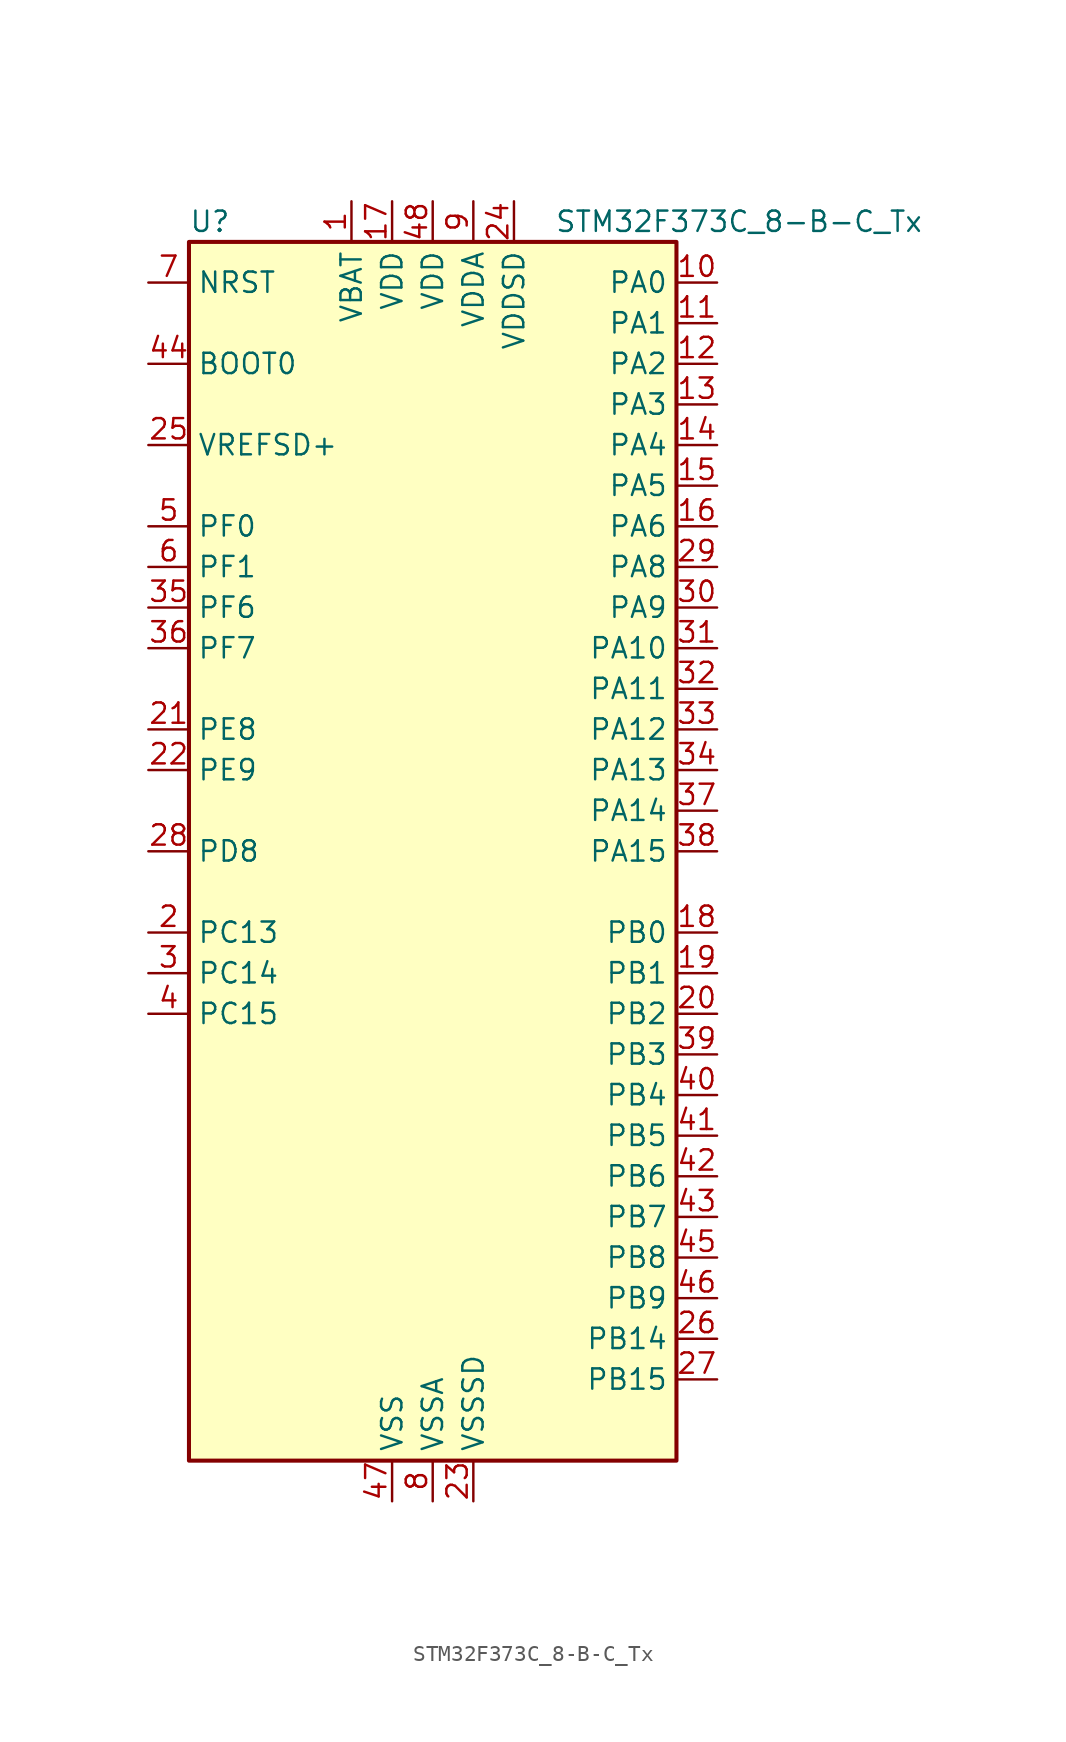
<source format=kicad_sym>
(kicad_symbol_lib
  (version 20220914)
  (generator kicad_symbol_editor)
  (symbol "STM32F373C_8-B-C_Tx"
    (property "Reference" "U"
      (at -15.24 39.37 0)
      (effects (font (size 1.27 1.27)) (justify left)))
    (property "Value" "STM32F373C_8-B-C_Tx"
      (at 7.62 39.37 0)
      (effects (font (size 1.27 1.27)) (justify left)))
    (property "ki_locked" ""
      (at 0 0 0)
      (effects (font (size 1.27 1.27))))
    (symbol "STM32F373C_8-B-C_Tx_0_1"
      (rectangle (start -15.24 -38.1) (end 15.24 38.1) (stroke (width 0.254) (type default)) (fill (type background))))
    (symbol "STM32F373C_8-B-C_Tx_1_1"
      (pin power_in line (at -5.08 40.64 270) (length 2.54) (name "VBAT" (effects (font (size 1.27 1.27)))) (number "1" (effects (font (size 1.27 1.27)))))
      (pin bidirectional line (at 17.78 35.56 180) (length 2.54) (name "PA0" (effects (font (size 1.27 1.27)))) (number "10" (effects (font (size 1.27 1.27)))) (alternate "ADC1_IN0" bidirectional line) (alternate "COMP1_INM" bidirectional line) (alternate "COMP1_OUT" bidirectional line) (alternate "RTC_TAMP2" bidirectional line) (alternate "SYS_WKUP1" bidirectional line) (alternate "TIM19_CH1" bidirectional line) (alternate "TIM2_CH1" bidirectional line) (alternate "TIM2_ETR" bidirectional line) (alternate "TIM5_CH1" bidirectional line) (alternate "TIM5_ETR" bidirectional line) (alternate "TSC_G1_IO1" bidirectional line) (alternate "USART2_CTS" bidirectional line))
      (pin bidirectional line (at 17.78 33.02 180) (length 2.54) (name "PA1" (effects (font (size 1.27 1.27)))) (number "11" (effects (font (size 1.27 1.27)))) (alternate "ADC1_IN1" bidirectional line) (alternate "COMP1_INP" bidirectional line) (alternate "I2S3_CK" bidirectional line) (alternate "RTC_REFIN" bidirectional line) (alternate "SPI3_SCK" bidirectional line) (alternate "TIM15_CH1N" bidirectional line) (alternate "TIM19_CH2" bidirectional line) (alternate "TIM2_CH2" bidirectional line) (alternate "TIM5_CH2" bidirectional line) (alternate "TSC_G1_IO2" bidirectional line) (alternate "USART2_DE" bidirectional line) (alternate "USART2_RTS" bidirectional line))
      (pin bidirectional line (at 17.78 30.48 180) (length 2.54) (name "PA2" (effects (font (size 1.27 1.27)))) (number "12" (effects (font (size 1.27 1.27)))) (alternate "ADC1_IN2" bidirectional line) (alternate "COMP2_INM" bidirectional line) (alternate "COMP2_OUT" bidirectional line) (alternate "I2S3_MCK" bidirectional line) (alternate "SPI3_MISO" bidirectional line) (alternate "TIM15_CH1" bidirectional line) (alternate "TIM19_CH3" bidirectional line) (alternate "TIM2_CH3" bidirectional line) (alternate "TIM5_CH3" bidirectional line) (alternate "TSC_G1_IO3" bidirectional line) (alternate "USART2_TX" bidirectional line))
      (pin bidirectional line (at 17.78 27.94 180) (length 2.54) (name "PA3" (effects (font (size 1.27 1.27)))) (number "13" (effects (font (size 1.27 1.27)))) (alternate "ADC1_IN3" bidirectional line) (alternate "COMP2_INP" bidirectional line) (alternate "I2S3_SD" bidirectional line) (alternate "SPI3_MOSI" bidirectional line) (alternate "TIM15_CH2" bidirectional line) (alternate "TIM19_CH4" bidirectional line) (alternate "TIM2_CH4" bidirectional line) (alternate "TIM5_CH4" bidirectional line) (alternate "TSC_G1_IO4" bidirectional line) (alternate "USART2_RX" bidirectional line))
      (pin bidirectional line (at 17.78 25.4 180) (length 2.54) (name "PA4" (effects (font (size 1.27 1.27)))) (number "14" (effects (font (size 1.27 1.27)))) (alternate "ADC1_IN4" bidirectional line) (alternate "DAC1_OUT1" bidirectional line) (alternate "I2S1_WS" bidirectional line) (alternate "I2S3_WS" bidirectional line) (alternate "SPI1_NSS" bidirectional line) (alternate "SPI3_NSS" bidirectional line) (alternate "TIM12_CH1" bidirectional line) (alternate "TIM3_CH2" bidirectional line) (alternate "TSC_G2_IO1" bidirectional line) (alternate "USART2_CK" bidirectional line))
      (pin bidirectional line (at 17.78 22.86 180) (length 2.54) (name "PA5" (effects (font (size 1.27 1.27)))) (number "15" (effects (font (size 1.27 1.27)))) (alternate "ADC1_IN5" bidirectional line) (alternate "CEC" bidirectional line) (alternate "DAC1_OUT2" bidirectional line) (alternate "I2S1_CK" bidirectional line) (alternate "SPI1_SCK" bidirectional line) (alternate "TIM12_CH2" bidirectional line) (alternate "TIM14_CH1" bidirectional line) (alternate "TIM2_CH1" bidirectional line) (alternate "TIM2_ETR" bidirectional line) (alternate "TSC_G2_IO2" bidirectional line))
      (pin bidirectional line (at 17.78 20.32 180) (length 2.54) (name "PA6" (effects (font (size 1.27 1.27)))) (number "16" (effects (font (size 1.27 1.27)))) (alternate "ADC1_IN6" bidirectional line) (alternate "COMP1_OUT" bidirectional line) (alternate "DAC2_OUT1" bidirectional line) (alternate "I2S1_MCK" bidirectional line) (alternate "SPI1_MISO" bidirectional line) (alternate "TIM13_CH1" bidirectional line) (alternate "TIM16_CH1" bidirectional line) (alternate "TIM3_CH1" bidirectional line) (alternate "TSC_G2_IO3" bidirectional line))
      (pin power_in line (at -2.54 40.64 270) (length 2.54) (name "VDD" (effects (font (size 1.27 1.27)))) (number "17" (effects (font (size 1.27 1.27)))))
      (pin bidirectional line (at 17.78 -5.08 180) (length 2.54) (name "PB0" (effects (font (size 1.27 1.27)))) (number "18" (effects (font (size 1.27 1.27)))) (alternate "ADC1_IN8" bidirectional line) (alternate "I2S1_SD" bidirectional line) (alternate "SDADC1_AIN6P" bidirectional line) (alternate "SPI1_MOSI" bidirectional line) (alternate "TIM3_CH2" bidirectional line) (alternate "TIM3_CH3" bidirectional line) (alternate "TSC_G3_IO3" bidirectional line))
      (pin bidirectional line (at 17.78 -7.62 180) (length 2.54) (name "PB1" (effects (font (size 1.27 1.27)))) (number "19" (effects (font (size 1.27 1.27)))) (alternate "ADC1_IN9" bidirectional line) (alternate "SDADC1_AIN5P" bidirectional line) (alternate "SDADC1_AIN6M" bidirectional line) (alternate "TIM3_CH4" bidirectional line) (alternate "TSC_G3_IO4" bidirectional line))
      (pin bidirectional line (at -17.78 -5.08 0) (length 2.54) (name "PC13" (effects (font (size 1.27 1.27)))) (number "2" (effects (font (size 1.27 1.27)))) (alternate "RTC_OUT_ALARM" bidirectional line) (alternate "RTC_OUT_CALIB" bidirectional line) (alternate "RTC_TAMP1" bidirectional line) (alternate "RTC_TS" bidirectional line) (alternate "SYS_WKUP2" bidirectional line))
      (pin bidirectional line (at 17.78 -10.16 180) (length 2.54) (name "PB2" (effects (font (size 1.27 1.27)))) (number "20" (effects (font (size 1.27 1.27)))) (alternate "SDADC1_AIN4P" bidirectional line) (alternate "SDADC2_AIN6P" bidirectional line))
      (pin bidirectional line (at -17.78 7.62 0) (length 2.54) (name "PE8" (effects (font (size 1.27 1.27)))) (number "21" (effects (font (size 1.27 1.27)))) (alternate "SDADC1_AIN8P" bidirectional line) (alternate "SDADC2_AIN8P" bidirectional line))
      (pin bidirectional line (at -17.78 5.08 0) (length 2.54) (name "PE9" (effects (font (size 1.27 1.27)))) (number "22" (effects (font (size 1.27 1.27)))) (alternate "DAC1_EXTI9" bidirectional line) (alternate "DAC2_EXTI9" bidirectional line) (alternate "SDADC1_AIN7P" bidirectional line) (alternate "SDADC1_AIN8M" bidirectional line) (alternate "SDADC2_AIN7P" bidirectional line) (alternate "SDADC2_AIN8M" bidirectional line))
      (pin power_in line (at 2.54 -40.64 90) (length 2.54) (name "VSSSD" (effects (font (size 1.27 1.27)))) (number "23" (effects (font (size 1.27 1.27)))))
      (pin power_in line (at 5.08 40.64 270) (length 2.54) (name "VDDSD" (effects (font (size 1.27 1.27)))) (number "24" (effects (font (size 1.27 1.27)))))
      (pin input line (at -17.78 25.4 0) (length 2.54) (name "VREFSD+" (effects (font (size 1.27 1.27)))) (number "25" (effects (font (size 1.27 1.27)))))
      (pin bidirectional line (at 17.78 -30.48 180) (length 2.54) (name "PB14" (effects (font (size 1.27 1.27)))) (number "26" (effects (font (size 1.27 1.27)))) (alternate "I2S2_MCK" bidirectional line) (alternate "SDADC3_AIN8P" bidirectional line) (alternate "SPI2_MISO" bidirectional line) (alternate "TIM12_CH1" bidirectional line) (alternate "TIM15_CH1" bidirectional line) (alternate "TSC_G6_IO1" bidirectional line) (alternate "USART3_DE" bidirectional line) (alternate "USART3_RTS" bidirectional line))
      (pin bidirectional line (at 17.78 -33.02 180) (length 2.54) (name "PB15" (effects (font (size 1.27 1.27)))) (number "27" (effects (font (size 1.27 1.27)))) (alternate "ADC1_EXTI15" bidirectional line) (alternate "I2S2_SD" bidirectional line) (alternate "RTC_REFIN" bidirectional line) (alternate "SDADC1_EXTI15" bidirectional line) (alternate "SDADC2_EXTI15" bidirectional line) (alternate "SDADC3_AIN7P" bidirectional line) (alternate "SDADC3_AIN8M" bidirectional line) (alternate "SDADC3_EXTI15" bidirectional line) (alternate "SPI2_MOSI" bidirectional line) (alternate "TIM12_CH2" bidirectional line) (alternate "TIM15_CH1N" bidirectional line) (alternate "TIM15_CH2" bidirectional line) (alternate "TSC_G6_IO2" bidirectional line))
      (pin bidirectional line (at -17.78 0 0) (length 2.54) (name "PD8" (effects (font (size 1.27 1.27)))) (number "28" (effects (font (size 1.27 1.27)))) (alternate "I2S2_CK" bidirectional line) (alternate "SDADC3_AIN6P" bidirectional line) (alternate "SPI2_SCK" bidirectional line) (alternate "TSC_G6_IO3" bidirectional line) (alternate "USART3_TX" bidirectional line))
      (pin bidirectional line (at 17.78 17.78 180) (length 2.54) (name "PA8" (effects (font (size 1.27 1.27)))) (number "29" (effects (font (size 1.27 1.27)))) (alternate "I2C2_SMBA" bidirectional line) (alternate "I2S2_CK" bidirectional line) (alternate "RCC_MCO" bidirectional line) (alternate "SPI2_SCK" bidirectional line) (alternate "TIM4_ETR" bidirectional line) (alternate "TIM5_CH1" bidirectional line) (alternate "TIM5_ETR" bidirectional line) (alternate "USART1_CK" bidirectional line))
      (pin bidirectional line (at -17.78 -7.62 0) (length 2.54) (name "PC14" (effects (font (size 1.27 1.27)))) (number "3" (effects (font (size 1.27 1.27)))) (alternate "RCC_OSC32_IN" bidirectional line))
      (pin bidirectional line (at 17.78 15.24 180) (length 2.54) (name "PA9" (effects (font (size 1.27 1.27)))) (number "30" (effects (font (size 1.27 1.27)))) (alternate "DAC1_EXTI9" bidirectional line) (alternate "DAC2_EXTI9" bidirectional line) (alternate "I2C2_SCL" bidirectional line) (alternate "I2S2_MCK" bidirectional line) (alternate "SPI2_MISO" bidirectional line) (alternate "TIM13_CH1" bidirectional line) (alternate "TIM15_BKIN" bidirectional line) (alternate "TIM2_CH3" bidirectional line) (alternate "TSC_G4_IO1" bidirectional line) (alternate "USART1_TX" bidirectional line))
      (pin bidirectional line (at 17.78 12.7 180) (length 2.54) (name "PA10" (effects (font (size 1.27 1.27)))) (number "31" (effects (font (size 1.27 1.27)))) (alternate "I2C2_SDA" bidirectional line) (alternate "I2S2_SD" bidirectional line) (alternate "SPI2_MOSI" bidirectional line) (alternate "TIM14_CH1" bidirectional line) (alternate "TIM17_BKIN" bidirectional line) (alternate "TIM2_CH4" bidirectional line) (alternate "TSC_G4_IO2" bidirectional line) (alternate "USART1_RX" bidirectional line))
      (pin bidirectional line (at 17.78 10.16 180) (length 2.54) (name "PA11" (effects (font (size 1.27 1.27)))) (number "32" (effects (font (size 1.27 1.27)))) (alternate "ADC1_EXTI11" bidirectional line) (alternate "CAN_RX" bidirectional line) (alternate "COMP1_OUT" bidirectional line) (alternate "I2S1_WS" bidirectional line) (alternate "I2S2_WS" bidirectional line) (alternate "SDADC1_EXTI11" bidirectional line) (alternate "SDADC2_EXTI11" bidirectional line) (alternate "SDADC3_EXTI11" bidirectional line) (alternate "SPI1_NSS" bidirectional line) (alternate "SPI2_NSS" bidirectional line) (alternate "TIM4_CH1" bidirectional line) (alternate "TIM5_CH2" bidirectional line) (alternate "USART1_CTS" bidirectional line) (alternate "USB_DM" bidirectional line))
      (pin bidirectional line (at 17.78 7.62 180) (length 2.54) (name "PA12" (effects (font (size 1.27 1.27)))) (number "33" (effects (font (size 1.27 1.27)))) (alternate "CAN_TX" bidirectional line) (alternate "COMP2_OUT" bidirectional line) (alternate "I2S1_CK" bidirectional line) (alternate "SPI1_SCK" bidirectional line) (alternate "TIM16_CH1" bidirectional line) (alternate "TIM4_CH2" bidirectional line) (alternate "TIM5_CH3" bidirectional line) (alternate "USART1_DE" bidirectional line) (alternate "USART1_RTS" bidirectional line) (alternate "USB_DP" bidirectional line))
      (pin bidirectional line (at 17.78 5.08 180) (length 2.54) (name "PA13" (effects (font (size 1.27 1.27)))) (number "34" (effects (font (size 1.27 1.27)))) (alternate "I2S1_MCK" bidirectional line) (alternate "IR_OUT" bidirectional line) (alternate "SPI1_MISO" bidirectional line) (alternate "SYS_JTMS-SWDIO" bidirectional line) (alternate "TIM16_CH1N" bidirectional line) (alternate "TIM4_CH3" bidirectional line) (alternate "TIM5_CH4" bidirectional line) (alternate "TSC_G4_IO3" bidirectional line) (alternate "USART3_CTS" bidirectional line))
      (pin bidirectional line (at -17.78 15.24 0) (length 2.54) (name "PF6" (effects (font (size 1.27 1.27)))) (number "35" (effects (font (size 1.27 1.27)))) (alternate "I2C2_SCL" bidirectional line) (alternate "I2S1_SD" bidirectional line) (alternate "SPI1_MOSI" bidirectional line) (alternate "TIM4_CH4" bidirectional line) (alternate "USART3_DE" bidirectional line) (alternate "USART3_RTS" bidirectional line))
      (pin bidirectional line (at -17.78 12.7 0) (length 2.54) (name "PF7" (effects (font (size 1.27 1.27)))) (number "36" (effects (font (size 1.27 1.27)))) (alternate "I2C2_SDA" bidirectional line) (alternate "USART2_CK" bidirectional line))
      (pin bidirectional line (at 17.78 2.54 180) (length 2.54) (name "PA14" (effects (font (size 1.27 1.27)))) (number "37" (effects (font (size 1.27 1.27)))) (alternate "I2C1_SDA" bidirectional line) (alternate "SYS_JTCK-SWCLK" bidirectional line) (alternate "TIM12_CH1" bidirectional line) (alternate "TSC_G4_IO4" bidirectional line))
      (pin bidirectional line (at 17.78 0 180) (length 2.54) (name "PA15" (effects (font (size 1.27 1.27)))) (number "38" (effects (font (size 1.27 1.27)))) (alternate "ADC1_EXTI15" bidirectional line) (alternate "I2C1_SCL" bidirectional line) (alternate "I2S1_WS" bidirectional line) (alternate "I2S3_WS" bidirectional line) (alternate "SDADC1_EXTI15" bidirectional line) (alternate "SDADC2_EXTI15" bidirectional line) (alternate "SDADC3_EXTI15" bidirectional line) (alternate "SPI1_NSS" bidirectional line) (alternate "SPI3_NSS" bidirectional line) (alternate "SYS_JTDI" bidirectional line) (alternate "TIM12_CH2" bidirectional line) (alternate "TIM2_CH1" bidirectional line) (alternate "TIM2_ETR" bidirectional line) (alternate "TSC_SYNC" bidirectional line))
      (pin bidirectional line (at 17.78 -12.7 180) (length 2.54) (name "PB3" (effects (font (size 1.27 1.27)))) (number "39" (effects (font (size 1.27 1.27)))) (alternate "I2S1_CK" bidirectional line) (alternate "I2S3_CK" bidirectional line) (alternate "SPI1_SCK" bidirectional line) (alternate "SPI3_SCK" bidirectional line) (alternate "SYS_JTDO-TRACESWO" bidirectional line) (alternate "TIM13_CH1" bidirectional line) (alternate "TIM2_CH2" bidirectional line) (alternate "TIM3_ETR" bidirectional line) (alternate "TIM4_ETR" bidirectional line) (alternate "TSC_G5_IO1" bidirectional line) (alternate "USART2_TX" bidirectional line))
      (pin bidirectional line (at -17.78 -10.16 0) (length 2.54) (name "PC15" (effects (font (size 1.27 1.27)))) (number "4" (effects (font (size 1.27 1.27)))) (alternate "ADC1_EXTI15" bidirectional line) (alternate "RCC_OSC32_OUT" bidirectional line) (alternate "SDADC1_EXTI15" bidirectional line) (alternate "SDADC2_EXTI15" bidirectional line) (alternate "SDADC3_EXTI15" bidirectional line))
      (pin bidirectional line (at 17.78 -15.24 180) (length 2.54) (name "PB4" (effects (font (size 1.27 1.27)))) (number "40" (effects (font (size 1.27 1.27)))) (alternate "I2S1_MCK" bidirectional line) (alternate "I2S3_MCK" bidirectional line) (alternate "SPI1_MISO" bidirectional line) (alternate "SPI3_MISO" bidirectional line) (alternate "SYS_NJTRST" bidirectional line) (alternate "TIM15_CH1N" bidirectional line) (alternate "TIM16_CH1" bidirectional line) (alternate "TIM17_BKIN" bidirectional line) (alternate "TIM3_CH1" bidirectional line) (alternate "TSC_G5_IO2" bidirectional line) (alternate "USART2_RX" bidirectional line))
      (pin bidirectional line (at 17.78 -17.78 180) (length 2.54) (name "PB5" (effects (font (size 1.27 1.27)))) (number "41" (effects (font (size 1.27 1.27)))) (alternate "I2C1_SMBA" bidirectional line) (alternate "I2S1_SD" bidirectional line) (alternate "I2S3_SD" bidirectional line) (alternate "SPI1_MOSI" bidirectional line) (alternate "SPI3_MOSI" bidirectional line) (alternate "TIM16_BKIN" bidirectional line) (alternate "TIM17_CH1" bidirectional line) (alternate "TIM19_ETR" bidirectional line) (alternate "TIM3_CH2" bidirectional line) (alternate "USART2_CK" bidirectional line))
      (pin bidirectional line (at 17.78 -20.32 180) (length 2.54) (name "PB6" (effects (font (size 1.27 1.27)))) (number "42" (effects (font (size 1.27 1.27)))) (alternate "I2C1_SCL" bidirectional line) (alternate "TIM15_CH1" bidirectional line) (alternate "TIM16_CH1N" bidirectional line) (alternate "TIM19_CH1" bidirectional line) (alternate "TIM3_CH3" bidirectional line) (alternate "TIM4_CH1" bidirectional line) (alternate "TSC_G5_IO3" bidirectional line) (alternate "USART1_TX" bidirectional line))
      (pin bidirectional line (at 17.78 -22.86 180) (length 2.54) (name "PB7" (effects (font (size 1.27 1.27)))) (number "43" (effects (font (size 1.27 1.27)))) (alternate "I2C1_SDA" bidirectional line) (alternate "TIM15_CH2" bidirectional line) (alternate "TIM17_CH1N" bidirectional line) (alternate "TIM19_CH2" bidirectional line) (alternate "TIM3_CH4" bidirectional line) (alternate "TIM4_CH2" bidirectional line) (alternate "TSC_G5_IO4" bidirectional line) (alternate "USART1_RX" bidirectional line))
      (pin input line (at -17.78 30.48 0) (length 2.54) (name "BOOT0" (effects (font (size 1.27 1.27)))) (number "44" (effects (font (size 1.27 1.27)))))
      (pin bidirectional line (at 17.78 -25.4 180) (length 2.54) (name "PB8" (effects (font (size 1.27 1.27)))) (number "45" (effects (font (size 1.27 1.27)))) (alternate "CAN_RX" bidirectional line) (alternate "CEC" bidirectional line) (alternate "COMP1_OUT" bidirectional line) (alternate "I2C1_SCL" bidirectional line) (alternate "I2S2_CK" bidirectional line) (alternate "SPI2_SCK" bidirectional line) (alternate "TIM16_CH1" bidirectional line) (alternate "TIM19_CH3" bidirectional line) (alternate "TIM4_CH3" bidirectional line) (alternate "TSC_SYNC" bidirectional line) (alternate "USART3_TX" bidirectional line))
      (pin bidirectional line (at 17.78 -27.94 180) (length 2.54) (name "PB9" (effects (font (size 1.27 1.27)))) (number "46" (effects (font (size 1.27 1.27)))) (alternate "CAN_TX" bidirectional line) (alternate "COMP2_OUT" bidirectional line) (alternate "DAC1_EXTI9" bidirectional line) (alternate "DAC2_EXTI9" bidirectional line) (alternate "I2C1_SDA" bidirectional line) (alternate "I2S2_WS" bidirectional line) (alternate "IR_OUT" bidirectional line) (alternate "SPI2_NSS" bidirectional line) (alternate "TIM17_CH1" bidirectional line) (alternate "TIM19_CH4" bidirectional line) (alternate "TIM4_CH4" bidirectional line) (alternate "USART3_RX" bidirectional line))
      (pin power_in line (at -2.54 -40.64 90) (length 2.54) (name "VSS" (effects (font (size 1.27 1.27)))) (number "47" (effects (font (size 1.27 1.27)))))
      (pin power_in line (at 0 40.64 270) (length 2.54) (name "VDD" (effects (font (size 1.27 1.27)))) (number "48" (effects (font (size 1.27 1.27)))))
      (pin bidirectional line (at -17.78 20.32 0) (length 2.54) (name "PF0" (effects (font (size 1.27 1.27)))) (number "5" (effects (font (size 1.27 1.27)))) (alternate "I2C2_SDA" bidirectional line) (alternate "RCC_OSC_IN" bidirectional line))
      (pin bidirectional line (at -17.78 17.78 0) (length 2.54) (name "PF1" (effects (font (size 1.27 1.27)))) (number "6" (effects (font (size 1.27 1.27)))) (alternate "I2C2_SCL" bidirectional line) (alternate "RCC_OSC_OUT" bidirectional line))
      (pin input line (at -17.78 35.56 0) (length 2.54) (name "NRST" (effects (font (size 1.27 1.27)))) (number "7" (effects (font (size 1.27 1.27)))))
      (pin power_in line (at 0 -40.64 90) (length 2.54) (name "VSSA" (effects (font (size 1.27 1.27)))) (number "8" (effects (font (size 1.27 1.27)))))
      (pin power_in line (at 2.54 40.64 270) (length 2.54) (name "VDDA" (effects (font (size 1.27 1.27)))) (number "9" (effects (font (size 1.27 1.27))))))))
</source>
